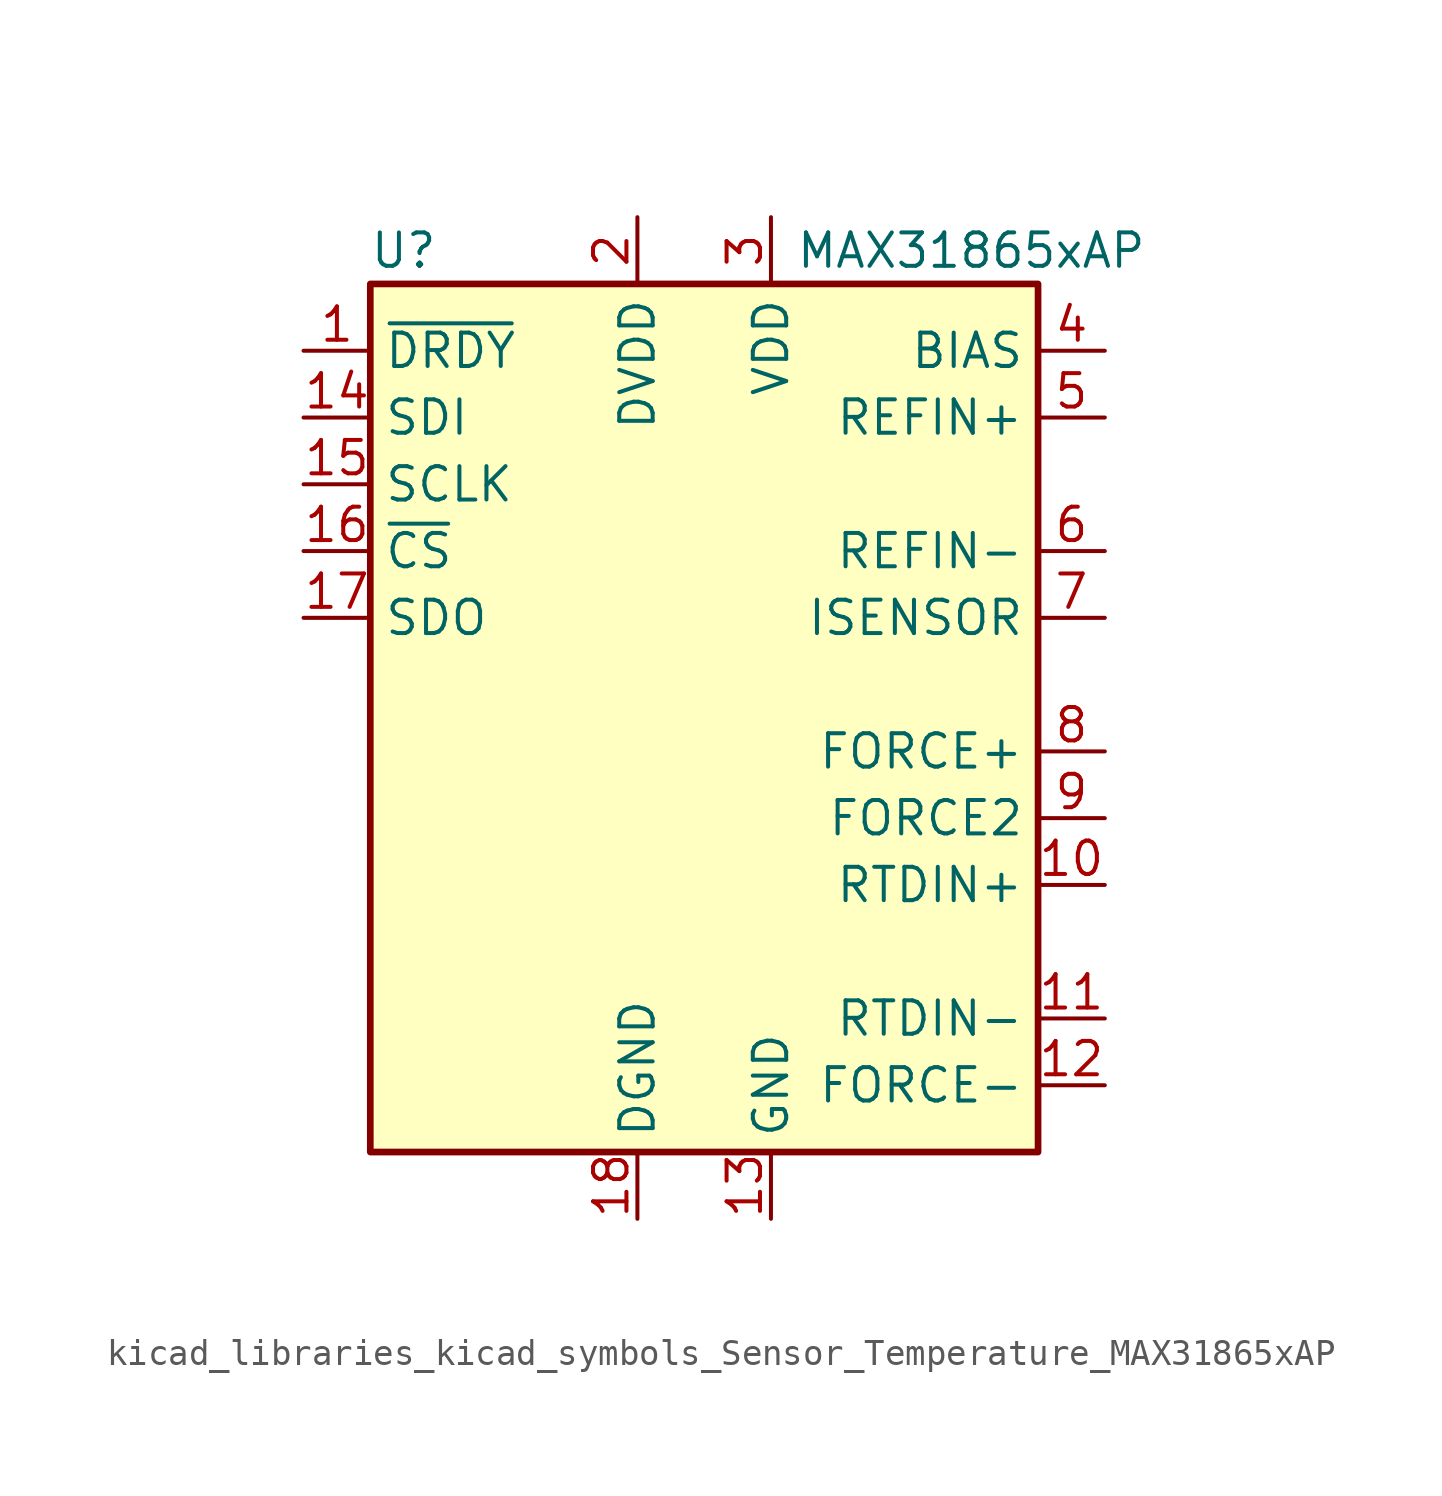
<source format=kicad_sym>
(kicad_symbol_lib
  (version 20220914)
  (generator kicad_symbol_editor)
  (symbol "kicad_libraries_kicad_symbols_Sensor_Temperature_MAX31865xAP"
    (property "Reference" "U"
      (at -11.43 19.05 0)
      (effects (font (size 1.27 1.27))))
    (property "Value" "MAX31865xAP"
      (at 10.16 19.05 0)
      (effects (font (size 1.27 1.27))))
    (symbol "kicad_libraries_kicad_symbols_Sensor_Temperature_MAX31865xAP_0_1"
      (rectangle (start -12.7 17.78) (end 12.7 -15.24) (stroke (width 0.254) (type default)) (fill (type background))))
    (symbol "kicad_libraries_kicad_symbols_Sensor_Temperature_MAX31865xAP_1_1"
      (pin output line (at -15.24 15.24 0) (length 2.54) (name "~{DRDY}" (effects (font (size 1.27 1.27)))) (number "1" (effects (font (size 1.27 1.27)))))
      (pin input line (at 15.24 -5.08 180) (length 2.54) (name "RTDIN+" (effects (font (size 1.27 1.27)))) (number "10" (effects (font (size 1.27 1.27)))))
      (pin input line (at 15.24 -10.16 180) (length 2.54) (name "RTDIN-" (effects (font (size 1.27 1.27)))) (number "11" (effects (font (size 1.27 1.27)))))
      (pin power_out line (at 15.24 -12.7 180) (length 2.54) (name "FORCE-" (effects (font (size 1.27 1.27)))) (number "12" (effects (font (size 1.27 1.27)))))
      (pin power_in line (at 2.54 -17.78 90) (length 2.54) (name "GND" (effects (font (size 1.27 1.27)))) (number "13" (effects (font (size 1.27 1.27)))))
      (pin input line (at -15.24 12.7 0) (length 2.54) (name "SDI" (effects (font (size 1.27 1.27)))) (number "14" (effects (font (size 1.27 1.27)))))
      (pin input line (at -15.24 10.16 0) (length 2.54) (name "SCLK" (effects (font (size 1.27 1.27)))) (number "15" (effects (font (size 1.27 1.27)))))
      (pin input line (at -15.24 7.62 0) (length 2.54) (name "~{CS}" (effects (font (size 1.27 1.27)))) (number "16" (effects (font (size 1.27 1.27)))))
      (pin tri_state line (at -15.24 5.08 0) (length 2.54) (name "SDO" (effects (font (size 1.27 1.27)))) (number "17" (effects (font (size 1.27 1.27)))))
      (pin power_in line (at -2.54 -17.78 90) (length 2.54) (name "DGND" (effects (font (size 1.27 1.27)))) (number "18" (effects (font (size 1.27 1.27)))))
      (pin passive line (at 2.54 -17.78 90) (length 2.54) hide (name "GND" (effects (font (size 1.27 1.27)))) (number "19" (effects (font (size 1.27 1.27)))))
      (pin power_in line (at -2.54 20.32 270) (length 2.54) (name "DVDD" (effects (font (size 1.27 1.27)))) (number "2" (effects (font (size 1.27 1.27)))))
      (pin no_connect line (at -12.7 -2.54 0) (length 2.54) hide (name "NC" (effects (font (size 1.27 1.27)))) (number "20" (effects (font (size 1.27 1.27)))))
      (pin power_in line (at 2.54 20.32 270) (length 2.54) (name "VDD" (effects (font (size 1.27 1.27)))) (number "3" (effects (font (size 1.27 1.27)))))
      (pin power_out line (at 15.24 15.24 180) (length 2.54) (name "BIAS" (effects (font (size 1.27 1.27)))) (number "4" (effects (font (size 1.27 1.27)))))
      (pin input line (at 15.24 12.7 180) (length 2.54) (name "REFIN+" (effects (font (size 1.27 1.27)))) (number "5" (effects (font (size 1.27 1.27)))))
      (pin input line (at 15.24 7.62 180) (length 2.54) (name "REFIN-" (effects (font (size 1.27 1.27)))) (number "6" (effects (font (size 1.27 1.27)))))
      (pin passive line (at 15.24 5.08 180) (length 2.54) (name "ISENSOR" (effects (font (size 1.27 1.27)))) (number "7" (effects (font (size 1.27 1.27)))))
      (pin passive line (at 15.24 0 180) (length 2.54) (name "FORCE+" (effects (font (size 1.27 1.27)))) (number "8" (effects (font (size 1.27 1.27)))))
      (pin input line (at 15.24 -2.54 180) (length 2.54) (name "FORCE2" (effects (font (size 1.27 1.27)))) (number "9" (effects (font (size 1.27 1.27))))))))
</source>
